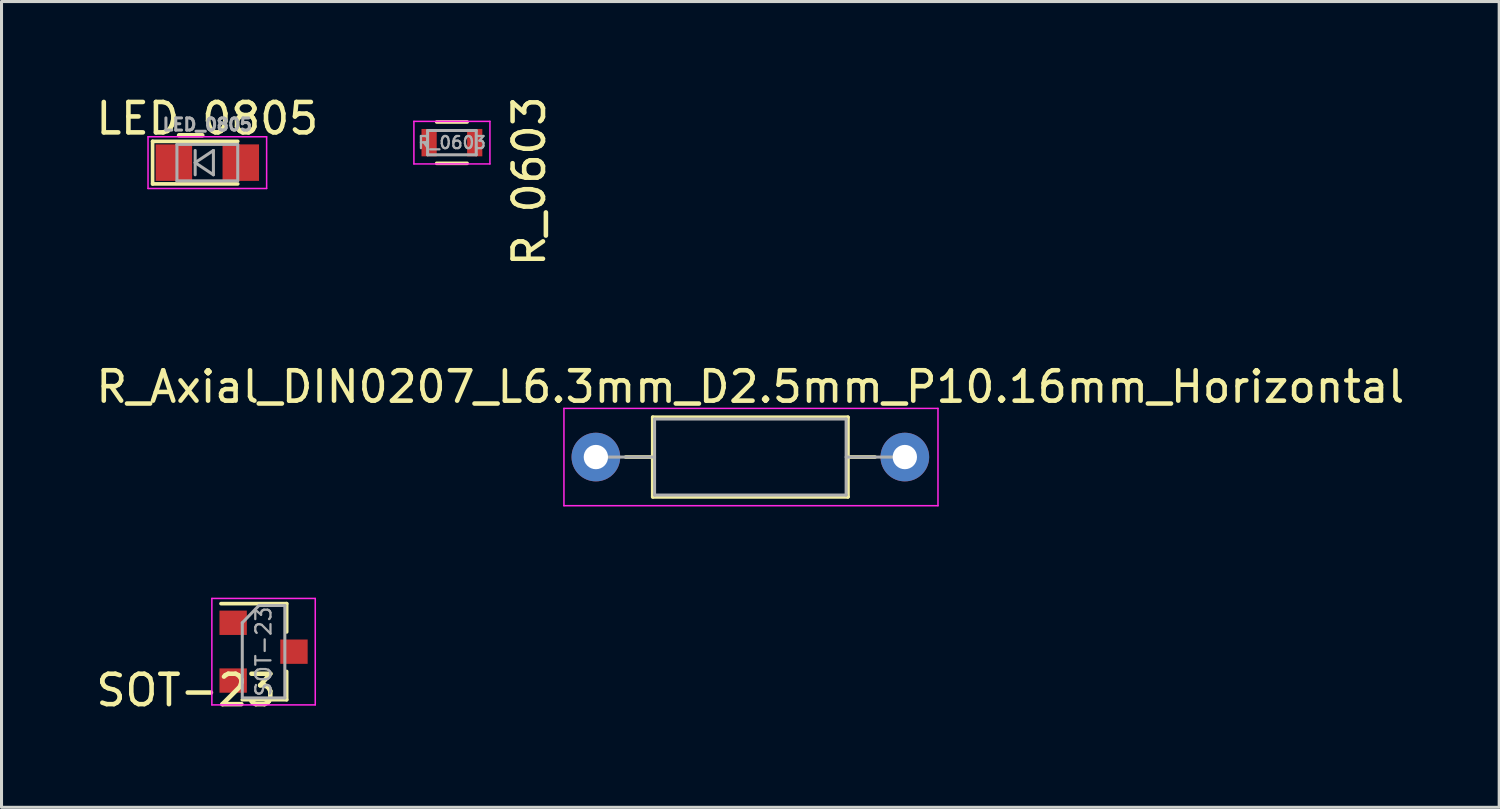
<source format=kicad_pcb>
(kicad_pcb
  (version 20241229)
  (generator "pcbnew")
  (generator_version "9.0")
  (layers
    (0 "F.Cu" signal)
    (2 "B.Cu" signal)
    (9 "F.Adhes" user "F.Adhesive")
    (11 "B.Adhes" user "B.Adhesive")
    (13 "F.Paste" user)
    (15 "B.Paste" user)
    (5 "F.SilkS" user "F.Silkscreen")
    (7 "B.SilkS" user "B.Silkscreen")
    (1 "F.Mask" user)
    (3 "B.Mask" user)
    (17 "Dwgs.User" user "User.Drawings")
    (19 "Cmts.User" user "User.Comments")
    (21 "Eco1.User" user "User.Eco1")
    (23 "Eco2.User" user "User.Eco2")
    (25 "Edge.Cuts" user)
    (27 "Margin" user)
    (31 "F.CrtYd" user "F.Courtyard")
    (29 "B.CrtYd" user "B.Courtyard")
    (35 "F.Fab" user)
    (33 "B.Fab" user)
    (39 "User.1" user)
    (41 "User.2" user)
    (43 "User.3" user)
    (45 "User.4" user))
  (footprint "LED_0805"
    (layer "F.Cu")
    (at 3.768 2.298)
    (property "Reference" "LED_0805" (at 0 -1.45 0) (layer "F.SilkS") (effects (font (size 1 1) (thickness 0.15))))
    (attr smd)
    (fp_line (start -1.8 -0.7) (end -1.8 0.7) (stroke (width 0.12) (type solid)) (layer "F.SilkS"))
    (fp_line (start -1.8 -0.7) (end 1 -0.7) (stroke (width 0.12) (type solid)) (layer "F.SilkS"))
    (fp_line (start -1.8 0.7) (end 1 0.7) (stroke (width 0.12) (type solid)) (layer "F.SilkS"))
    (fp_line (start -1.95 -0.85) (end 1.95 -0.85) (stroke (width 0.05) (type solid)) (layer "F.CrtYd"))
    (fp_line (start -1.95 0.85) (end -1.95 -0.85) (stroke (width 0.05) (type solid)) (layer "F.CrtYd"))
    (fp_line (start 1.95 -0.85) (end 1.95 0.85) (stroke (width 0.05) (type solid)) (layer "F.CrtYd"))
    (fp_line (start 1.95 0.85) (end -1.95 0.85) (stroke (width 0.05) (type solid)) (layer "F.CrtYd"))
    (fp_line (start -1 -0.6) (end 1 -0.6) (stroke (width 0.1) (type solid)) (layer "F.Fab"))
    (fp_line (start -1 0.6) (end -1 -0.6) (stroke (width 0.1) (type solid)) (layer "F.Fab"))
    (fp_line (start -0.4 -0.4) (end -0.4 0.4) (stroke (width 0.1) (type solid)) (layer "F.Fab"))
    (fp_line (start -0.4 0) (end 0.2 -0.4) (stroke (width 0.1) (type solid)) (layer "F.Fab"))
    (fp_line (start 0.2 -0.4) (end 0.2 0.4) (stroke (width 0.1) (type solid)) (layer "F.Fab"))
    (fp_line (start 0.2 0.4) (end -0.4 0) (stroke (width 0.1) (type solid)) (layer "F.Fab"))
    (fp_line (start 1 -0.6) (end 1 0.6) (stroke (width 0.1) (type solid)) (layer "F.Fab"))
    (fp_line (start 1 0.6) (end -1 0.6) (stroke (width 0.1) (type solid)) (layer "F.Fab"))
    (fp_text user "${REFERENCE}" (at 0 -1.25 0) (layer "F.Fab") (effects (font (size 0.4 0.4) (thickness 0.1))))
    (pad "1" smd rect (at -1.1 0 180) (size 1.2 1.2) (layers "F.Cu" "F.Mask" "F.Paste"))
    (pad "2" smd rect (at 1.1 0 180) (size 1.2 1.2) (layers "F.Cu" "F.Mask" "F.Paste")))
  (footprint "SOT-23"
    (layer "F.Cu")
    (at 5.617 18.38)
    (property "Reference" "SOT-23" (at -2.54 1.27 0) (layer "F.SilkS") (effects (font (size 1 1) (thickness 0.15))))
    (attr smd)
    (fp_line (start 0.76 -1.58) (end -1.4 -1.58) (stroke (width 0.12) (type solid)) (layer "F.SilkS"))
    (fp_line (start 0.76 -1.58) (end 0.76 -0.65) (stroke (width 0.12) (type solid)) (layer "F.SilkS"))
    (fp_line (start 0.76 1.58) (end -0.7 1.58) (stroke (width 0.12) (type solid)) (layer "F.SilkS"))
    (fp_line (start 0.76 1.58) (end 0.76 0.65) (stroke (width 0.12) (type solid)) (layer "F.SilkS"))
    (fp_line (start -1.7 -1.75) (end 1.7 -1.75) (stroke (width 0.05) (type solid)) (layer "F.CrtYd"))
    (fp_line (start -1.7 1.75) (end -1.7 -1.75) (stroke (width 0.05) (type solid)) (layer "F.CrtYd"))
    (fp_line (start 1.7 -1.75) (end 1.7 1.75) (stroke (width 0.05) (type solid)) (layer "F.CrtYd"))
    (fp_line (start 1.7 1.75) (end -1.7 1.75) (stroke (width 0.05) (type solid)) (layer "F.CrtYd"))
    (fp_line (start -0.7 -0.95) (end -0.7 1.5) (stroke (width 0.1) (type solid)) (layer "F.Fab"))
    (fp_line (start -0.7 -0.95) (end -0.15 -1.52) (stroke (width 0.1) (type solid)) (layer "F.Fab"))
    (fp_line (start -0.7 1.52) (end 0.7 1.52) (stroke (width 0.1) (type solid)) (layer "F.Fab"))
    (fp_line (start -0.15 -1.52) (end 0.7 -1.52) (stroke (width 0.1) (type solid)) (layer "F.Fab"))
    (fp_line (start 0.7 -1.52) (end 0.7 1.52) (stroke (width 0.1) (type solid)) (layer "F.Fab"))
    (fp_text user "${REFERENCE}" (at 0 0 90) (layer "F.Fab") (effects (font (size 0.5 0.5) (thickness 0.075))))
    (pad "1" smd rect (at -1 -0.95) (size 0.9 0.8) (layers "F.Cu" "F.Mask" "F.Paste"))
    (pad "2" smd rect (at -1 0.95) (size 0.9 0.8) (layers "F.Cu" "F.Mask" "F.Paste"))
    (pad "3" smd rect (at 1 0) (size 0.9 0.8) (layers "F.Cu" "F.Mask" "F.Paste")))
  (footprint "R_0603"
    (layer "F.Cu")
    (at 11.811 1.641)
    (property "Reference" "R_0603" (at 2.54 1.27 90) (layer "F.SilkS") (effects (font (size 1 1) (thickness 0.15))))
    (attr smd)
    (fp_line (start -0.5 -0.68) (end 0.5 -0.68) (stroke (width 0.12) (type solid)) (layer "F.SilkS"))
    (fp_line (start 0.5 0.68) (end -0.5 0.68) (stroke (width 0.12) (type solid)) (layer "F.SilkS"))
    (fp_line (start -1.25 -0.7) (end -1.25 0.7) (stroke (width 0.05) (type solid)) (layer "F.CrtYd"))
    (fp_line (start -1.25 -0.7) (end 1.25 -0.7) (stroke (width 0.05) (type solid)) (layer "F.CrtYd"))
    (fp_line (start 1.25 0.7) (end -1.25 0.7) (stroke (width 0.05) (type solid)) (layer "F.CrtYd"))
    (fp_line (start 1.25 0.7) (end 1.25 -0.7) (stroke (width 0.05) (type solid)) (layer "F.CrtYd"))
    (fp_line (start -0.8 -0.4) (end 0.8 -0.4) (stroke (width 0.1) (type solid)) (layer "F.Fab"))
    (fp_line (start -0.8 0.4) (end -0.8 -0.4) (stroke (width 0.1) (type solid)) (layer "F.Fab"))
    (fp_line (start 0.8 -0.4) (end 0.8 0.4) (stroke (width 0.1) (type solid)) (layer "F.Fab"))
    (fp_line (start 0.8 0.4) (end -0.8 0.4) (stroke (width 0.1) (type solid)) (layer "F.Fab"))
    (fp_text user "${REFERENCE}" (at 0 0 0) (layer "F.Fab") (effects (font (size 0.4 0.4) (thickness 0.075))))
    (pad "1" smd rect (at -0.75 0) (size 0.5 0.9) (layers "F.Cu" "F.Mask" "F.Paste"))
    (pad "2" smd rect (at 0.75 0) (size 0.5 0.9) (layers "F.Cu" "F.Mask" "F.Paste")))
  (footprint "R_Axial_DIN0207_L6.3mm_D2.5mm_P10.16mm_Horizontal"
    (layer "F.Cu")
    (at 16.545 11.98)
    (property "Reference" "R_Axial_DIN0207_L6.3mm_D2.5mm_P10.16mm_Horizontal" (at 5.08 -2.31 0) (layer "F.SilkS") (effects (font (size 1 1) (thickness 0.15))))
    (attr through_hole)
    (fp_line (start 0.98 0) (end 1.87 0) (stroke (width 0.12) (type solid)) (layer "F.SilkS"))
    (fp_line (start 1.87 -1.31) (end 1.87 1.31) (stroke (width 0.12) (type solid)) (layer "F.SilkS"))
    (fp_line (start 1.87 1.31) (end 8.29 1.31) (stroke (width 0.12) (type solid)) (layer "F.SilkS"))
    (fp_line (start 8.29 -1.31) (end 1.87 -1.31) (stroke (width 0.12) (type solid)) (layer "F.SilkS"))
    (fp_line (start 8.29 1.31) (end 8.29 -1.31) (stroke (width 0.12) (type solid)) (layer "F.SilkS"))
    (fp_line (start 9.18 0) (end 8.29 0) (stroke (width 0.12) (type solid)) (layer "F.SilkS"))
    (fp_line (start -1.05 -1.6) (end -1.05 1.6) (stroke (width 0.05) (type solid)) (layer "F.CrtYd"))
    (fp_line (start -1.05 1.6) (end 11.25 1.6) (stroke (width 0.05) (type solid)) (layer "F.CrtYd"))
    (fp_line (start 11.25 -1.6) (end -1.05 -1.6) (stroke (width 0.05) (type solid)) (layer "F.CrtYd"))
    (fp_line (start 11.25 1.6) (end 11.25 -1.6) (stroke (width 0.05) (type solid)) (layer "F.CrtYd"))
    (fp_line (start 0 0) (end 1.93 0) (stroke (width 0.1) (type solid)) (layer "F.Fab"))
    (fp_line (start 1.93 -1.25) (end 1.93 1.25) (stroke (width 0.1) (type solid)) (layer "F.Fab"))
    (fp_line (start 1.93 1.25) (end 8.23 1.25) (stroke (width 0.1) (type solid)) (layer "F.Fab"))
    (fp_line (start 8.23 -1.25) (end 1.93 -1.25) (stroke (width 0.1) (type solid)) (layer "F.Fab"))
    (fp_line (start 8.23 1.25) (end 8.23 -1.25) (stroke (width 0.1) (type solid)) (layer "F.Fab"))
    (fp_line (start 10.16 0) (end 8.23 0) (stroke (width 0.1) (type solid)) (layer "F.Fab"))
    (pad "1" thru_hole circle (at 0 0) (size 1.6 1.6) (drill 0.8) (layers "*.Cu" "*.Mask"))
    (pad "2" thru_hole oval (at 10.16 0) (size 1.6 1.6) (drill 0.8) (layers "*.Cu" "*.Mask")))
  (gr_rect
    (start -3 -3)
    (end 46.25 23.498)
    (stroke (width 0.1) (type default))
    (fill no)
    (layer "Edge.Cuts")))
</source>
